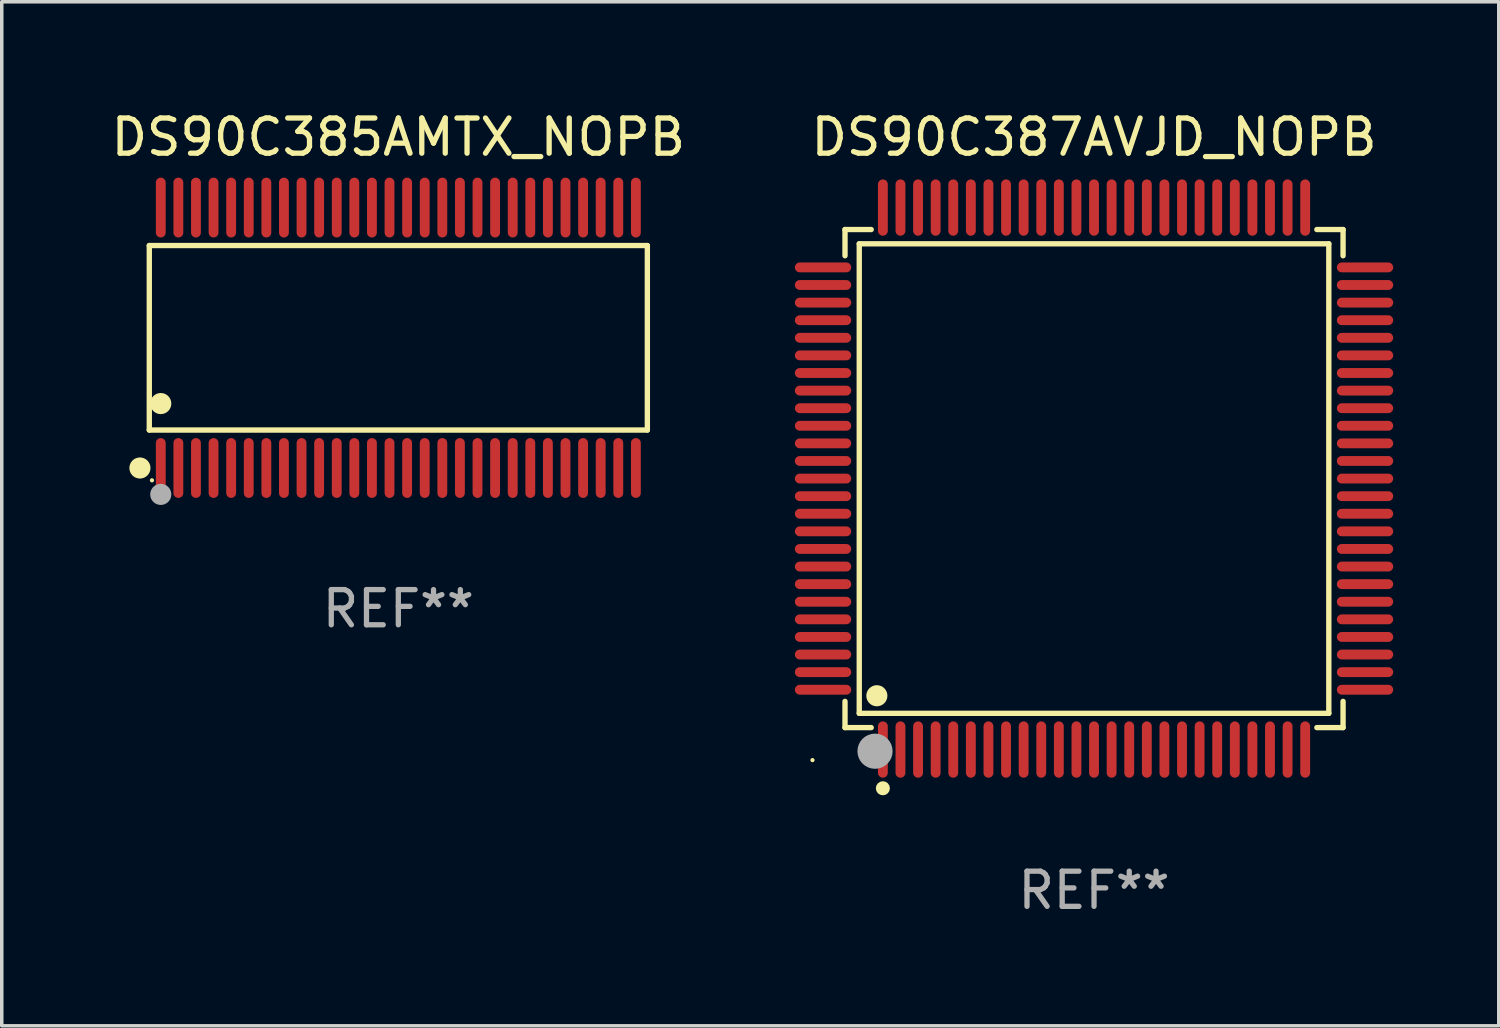
<source format=kicad_pcb>
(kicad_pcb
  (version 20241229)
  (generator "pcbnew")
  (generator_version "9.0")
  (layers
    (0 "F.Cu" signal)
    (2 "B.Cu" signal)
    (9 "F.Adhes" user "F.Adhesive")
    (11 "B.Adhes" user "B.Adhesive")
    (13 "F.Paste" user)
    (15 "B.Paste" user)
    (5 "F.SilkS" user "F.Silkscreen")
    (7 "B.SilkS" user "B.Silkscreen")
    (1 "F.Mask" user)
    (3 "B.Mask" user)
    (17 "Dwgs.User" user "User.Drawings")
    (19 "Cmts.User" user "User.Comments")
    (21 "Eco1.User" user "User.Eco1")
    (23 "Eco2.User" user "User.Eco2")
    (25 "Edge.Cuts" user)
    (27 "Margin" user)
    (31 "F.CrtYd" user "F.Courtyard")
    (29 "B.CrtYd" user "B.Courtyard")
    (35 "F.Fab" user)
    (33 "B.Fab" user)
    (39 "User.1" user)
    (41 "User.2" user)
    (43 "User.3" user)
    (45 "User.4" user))
  (footprint "DS90C385AMTX_NOPB"
    (layer "F.Cu")
    (at 8.268 6.548)
    (property "Reference" "DS90C385AMTX_NOPB" (at 0 -5.7 0) (layer "F.SilkS") (effects (font (size 1 1) (thickness 0.15))))
    (attr through_hole)
    (fp_line (start -7.076 -2.621) (end 7.076 -2.621) (stroke (width 0.152) (type solid)) (layer "F.SilkS"))
    (fp_line (start -7.076 2.621) (end -7.076 -2.621) (stroke (width 0.152) (type solid)) (layer "F.SilkS"))
    (fp_line (start 7.076 -2.621) (end 7.076 2.621) (stroke (width 0.152) (type solid)) (layer "F.SilkS"))
    (fp_line (start 7.076 2.621) (end -7.076 2.621) (stroke (width 0.152) (type solid)) (layer "F.SilkS"))
    (fp_circle (center -7.342 3.7) (end -7.192 3.7) (stroke (width 0.3) (type solid)) (fill no) (layer "F.SilkS"))
    (fp_circle (center -7 4.05) (end -6.97 4.05) (stroke (width 0.06) (type solid)) (fill no) (layer "F.SilkS"))
    (fp_circle (center -6.75 1.869) (end -6.6 1.869) (stroke (width 0.3) (type solid)) (fill no) (layer "F.SilkS"))
    (fp_circle (center -6.75 4.45) (end -6.6 4.45) (stroke (width 0.3) (type solid)) (fill no) (layer "F.Fab"))
    (fp_text user "REF**" (at 0 7.7 0) (layer "F.Fab") (effects (font (size 1 1) (thickness 0.15))))
    (pad "1" smd oval (at -6.75 3.7) (size 0.28 1.7) (layers "F.Cu" "F.Mask" "F.Paste"))
    (pad "2" smd oval (at -6.25 3.7) (size 0.28 1.7) (layers "F.Cu" "F.Mask" "F.Paste"))
    (pad "3" smd oval (at -5.75 3.7) (size 0.28 1.7) (layers "F.Cu" "F.Mask" "F.Paste"))
    (pad "4" smd oval (at -5.25 3.7) (size 0.28 1.7) (layers "F.Cu" "F.Mask" "F.Paste"))
    (pad "5" smd oval (at -4.75 3.7) (size 0.28 1.7) (layers "F.Cu" "F.Mask" "F.Paste"))
    (pad "6" smd oval (at -4.25 3.7) (size 0.28 1.7) (layers "F.Cu" "F.Mask" "F.Paste"))
    (pad "7" smd oval (at -3.75 3.7) (size 0.28 1.7) (layers "F.Cu" "F.Mask" "F.Paste"))
    (pad "8" smd oval (at -3.25 3.7) (size 0.28 1.7) (layers "F.Cu" "F.Mask" "F.Paste"))
    (pad "9" smd oval (at -2.75 3.7) (size 0.28 1.7) (layers "F.Cu" "F.Mask" "F.Paste"))
    (pad "10" smd oval (at -2.25 3.7) (size 0.28 1.7) (layers "F.Cu" "F.Mask" "F.Paste"))
    (pad "11" smd oval (at -1.75 3.7) (size 0.28 1.7) (layers "F.Cu" "F.Mask" "F.Paste"))
    (pad "12" smd oval (at -1.25 3.7) (size 0.28 1.7) (layers "F.Cu" "F.Mask" "F.Paste"))
    (pad "13" smd oval (at -0.75 3.7) (size 0.28 1.7) (layers "F.Cu" "F.Mask" "F.Paste"))
    (pad "14" smd oval (at -0.25 3.7) (size 0.28 1.7) (layers "F.Cu" "F.Mask" "F.Paste"))
    (pad "15" smd oval (at 0.25 3.7) (size 0.28 1.7) (layers "F.Cu" "F.Mask" "F.Paste"))
    (pad "16" smd oval (at 0.75 3.7) (size 0.28 1.7) (layers "F.Cu" "F.Mask" "F.Paste"))
    (pad "17" smd oval (at 1.25 3.7) (size 0.28 1.7) (layers "F.Cu" "F.Mask" "F.Paste"))
    (pad "18" smd oval (at 1.75 3.7) (size 0.28 1.7) (layers "F.Cu" "F.Mask" "F.Paste"))
    (pad "19" smd oval (at 2.25 3.7) (size 0.28 1.7) (layers "F.Cu" "F.Mask" "F.Paste"))
    (pad "20" smd oval (at 2.75 3.7) (size 0.28 1.7) (layers "F.Cu" "F.Mask" "F.Paste"))
    (pad "21" smd oval (at 3.25 3.7) (size 0.28 1.7) (layers "F.Cu" "F.Mask" "F.Paste"))
    (pad "22" smd oval (at 3.75 3.7) (size 0.28 1.7) (layers "F.Cu" "F.Mask" "F.Paste"))
    (pad "23" smd oval (at 4.25 3.7) (size 0.28 1.7) (layers "F.Cu" "F.Mask" "F.Paste"))
    (pad "24" smd oval (at 4.75 3.7) (size 0.28 1.7) (layers "F.Cu" "F.Mask" "F.Paste"))
    (pad "25" smd oval (at 5.25 3.7) (size 0.28 1.7) (layers "F.Cu" "F.Mask" "F.Paste"))
    (pad "26" smd oval (at 5.75 3.7) (size 0.28 1.7) (layers "F.Cu" "F.Mask" "F.Paste"))
    (pad "27" smd oval (at 6.25 3.7) (size 0.28 1.7) (layers "F.Cu" "F.Mask" "F.Paste"))
    (pad "28" smd oval (at 6.75 3.7) (size 0.28 1.7) (layers "F.Cu" "F.Mask" "F.Paste"))
    (pad "29" smd oval (at 6.75 -3.7) (size 0.28 1.7) (layers "F.Cu" "F.Mask" "F.Paste"))
    (pad "30" smd oval (at 6.25 -3.7) (size 0.28 1.7) (layers "F.Cu" "F.Mask" "F.Paste"))
    (pad "31" smd oval (at 5.75 -3.7) (size 0.28 1.7) (layers "F.Cu" "F.Mask" "F.Paste"))
    (pad "32" smd oval (at 5.25 -3.7) (size 0.28 1.7) (layers "F.Cu" "F.Mask" "F.Paste"))
    (pad "33" smd oval (at 4.75 -3.7) (size 0.28 1.7) (layers "F.Cu" "F.Mask" "F.Paste"))
    (pad "34" smd oval (at 4.25 -3.7) (size 0.28 1.7) (layers "F.Cu" "F.Mask" "F.Paste"))
    (pad "35" smd oval (at 3.75 -3.7) (size 0.28 1.7) (layers "F.Cu" "F.Mask" "F.Paste"))
    (pad "36" smd oval (at 3.25 -3.7) (size 0.28 1.7) (layers "F.Cu" "F.Mask" "F.Paste"))
    (pad "37" smd oval (at 2.75 -3.7) (size 0.28 1.7) (layers "F.Cu" "F.Mask" "F.Paste"))
    (pad "38" smd oval (at 2.25 -3.7) (size 0.28 1.7) (layers "F.Cu" "F.Mask" "F.Paste"))
    (pad "39" smd oval (at 1.75 -3.7) (size 0.28 1.7) (layers "F.Cu" "F.Mask" "F.Paste"))
    (pad "40" smd oval (at 1.25 -3.7) (size 0.28 1.7) (layers "F.Cu" "F.Mask" "F.Paste"))
    (pad "41" smd oval (at 0.75 -3.7) (size 0.28 1.7) (layers "F.Cu" "F.Mask" "F.Paste"))
    (pad "42" smd oval (at 0.25 -3.7) (size 0.28 1.7) (layers "F.Cu" "F.Mask" "F.Paste"))
    (pad "43" smd oval (at -0.25 -3.7) (size 0.28 1.7) (layers "F.Cu" "F.Mask" "F.Paste"))
    (pad "44" smd oval (at -0.75 -3.7) (size 0.28 1.7) (layers "F.Cu" "F.Mask" "F.Paste"))
    (pad "45" smd oval (at -1.25 -3.7) (size 0.28 1.7) (layers "F.Cu" "F.Mask" "F.Paste"))
    (pad "46" smd oval (at -1.75 -3.7) (size 0.28 1.7) (layers "F.Cu" "F.Mask" "F.Paste"))
    (pad "47" smd oval (at -2.25 -3.7) (size 0.28 1.7) (layers "F.Cu" "F.Mask" "F.Paste"))
    (pad "48" smd oval (at -2.75 -3.7) (size 0.28 1.7) (layers "F.Cu" "F.Mask" "F.Paste"))
    (pad "49" smd oval (at -3.25 -3.7) (size 0.28 1.7) (layers "F.Cu" "F.Mask" "F.Paste"))
    (pad "50" smd oval (at -3.75 -3.7) (size 0.28 1.7) (layers "F.Cu" "F.Mask" "F.Paste"))
    (pad "51" smd oval (at -4.25 -3.7) (size 0.28 1.7) (layers "F.Cu" "F.Mask" "F.Paste"))
    (pad "52" smd oval (at -4.75 -3.7) (size 0.28 1.7) (layers "F.Cu" "F.Mask" "F.Paste"))
    (pad "53" smd oval (at -5.25 -3.7) (size 0.28 1.7) (layers "F.Cu" "F.Mask" "F.Paste"))
    (pad "54" smd oval (at -5.75 -3.7) (size 0.28 1.7) (layers "F.Cu" "F.Mask" "F.Paste"))
    (pad "55" smd oval (at -6.25 -3.7) (size 0.28 1.7) (layers "F.Cu" "F.Mask" "F.Paste"))
    (pad "56" smd oval (at -6.75 -3.7) (size 0.28 1.7) (layers "F.Cu" "F.Mask" "F.Paste")))
  (footprint "DS90C387AVJD_NOPB"
    (layer "F.Cu")
    (at 28.036 10.548)
    (property "Reference" "DS90C387AVJD_NOPB" (at 0 -9.7 0) (layer "F.SilkS") (effects (font (size 1 1) (thickness 0.15))))
    (attr through_hole)
    (fp_line (start -7.076 -7.076) (end -6.331 -7.076) (stroke (width 0.152) (type solid)) (layer "F.SilkS"))
    (fp_line (start -7.076 -6.331) (end -7.076 -7.076) (stroke (width 0.152) (type solid)) (layer "F.SilkS"))
    (fp_line (start -7.076 6.331) (end -7.076 7.076) (stroke (width 0.152) (type solid)) (layer "F.SilkS"))
    (fp_line (start -7.076 7.076) (end -6.331 7.076) (stroke (width 0.152) (type solid)) (layer "F.SilkS"))
    (fp_line (start -6.671 -6.671) (end 6.671 -6.671) (stroke (width 0.152) (type solid)) (layer "F.SilkS"))
    (fp_line (start -6.671 6.671) (end -6.671 -6.671) (stroke (width 0.152) (type solid)) (layer "F.SilkS"))
    (fp_line (start 6.671 -6.671) (end 6.671 6.671) (stroke (width 0.152) (type solid)) (layer "F.SilkS"))
    (fp_line (start 6.671 6.671) (end -6.671 6.671) (stroke (width 0.152) (type solid)) (layer "F.SilkS"))
    (fp_line (start 7.076 -7.076) (end 6.331 -7.076) (stroke (width 0.152) (type solid)) (layer "F.SilkS"))
    (fp_line (start 7.076 -6.331) (end 7.076 -7.076) (stroke (width 0.152) (type solid)) (layer "F.SilkS"))
    (fp_line (start 7.076 6.331) (end 7.076 7.076) (stroke (width 0.152) (type solid)) (layer "F.SilkS"))
    (fp_line (start 7.076 7.076) (end 6.331 7.076) (stroke (width 0.152) (type solid)) (layer "F.SilkS"))
    (fp_circle (center -8 8) (end -7.97 8) (stroke (width 0.06) (type solid)) (fill no) (layer "F.SilkS"))
    (fp_circle (center -6.171 6.171) (end -6.021 6.171) (stroke (width 0.3) (type solid)) (fill no) (layer "F.SilkS"))
    (fp_circle (center -6 8.8) (end -5.9 8.8) (stroke (width 0.2) (type solid)) (fill no) (layer "F.SilkS"))
    (fp_circle (center -6.223 7.747) (end -5.973 7.747) (stroke (width 0.5) (type solid)) (fill no) (layer "F.Fab"))
    (fp_text user "REF**" (at 0 11.7 0) (layer "F.Fab") (effects (font (size 1 1) (thickness 0.15))))
    (pad "1" smd oval (at -6 7.7) (size 0.28 1.6) (layers "F.Cu" "F.Mask" "F.Paste"))
    (pad "2" smd oval (at -5.5 7.7) (size 0.28 1.6) (layers "F.Cu" "F.Mask" "F.Paste"))
    (pad "3" smd oval (at -5 7.7) (size 0.28 1.6) (layers "F.Cu" "F.Mask" "F.Paste"))
    (pad "4" smd oval (at -4.5 7.7) (size 0.28 1.6) (layers "F.Cu" "F.Mask" "F.Paste"))
    (pad "5" smd oval (at -4 7.7) (size 0.28 1.6) (layers "F.Cu" "F.Mask" "F.Paste"))
    (pad "6" smd oval (at -3.5 7.7) (size 0.28 1.6) (layers "F.Cu" "F.Mask" "F.Paste"))
    (pad "7" smd oval (at -3 7.7) (size 0.28 1.6) (layers "F.Cu" "F.Mask" "F.Paste"))
    (pad "8" smd oval (at -2.5 7.7) (size 0.28 1.6) (layers "F.Cu" "F.Mask" "F.Paste"))
    (pad "9" smd oval (at -2 7.7) (size 0.28 1.6) (layers "F.Cu" "F.Mask" "F.Paste"))
    (pad "10" smd oval (at -1.5 7.7) (size 0.28 1.6) (layers "F.Cu" "F.Mask" "F.Paste"))
    (pad "11" smd oval (at -1 7.7) (size 0.28 1.6) (layers "F.Cu" "F.Mask" "F.Paste"))
    (pad "12" smd oval (at -0.5 7.7) (size 0.28 1.6) (layers "F.Cu" "F.Mask" "F.Paste"))
    (pad "13" smd oval (at 0 7.7) (size 0.28 1.6) (layers "F.Cu" "F.Mask" "F.Paste"))
    (pad "14" smd oval (at 0.5 7.7) (size 0.28 1.6) (layers "F.Cu" "F.Mask" "F.Paste"))
    (pad "15" smd oval (at 1 7.7) (size 0.28 1.6) (layers "F.Cu" "F.Mask" "F.Paste"))
    (pad "16" smd oval (at 1.5 7.7) (size 0.28 1.6) (layers "F.Cu" "F.Mask" "F.Paste"))
    (pad "17" smd oval (at 2 7.7) (size 0.28 1.6) (layers "F.Cu" "F.Mask" "F.Paste"))
    (pad "18" smd oval (at 2.5 7.7) (size 0.28 1.6) (layers "F.Cu" "F.Mask" "F.Paste"))
    (pad "19" smd oval (at 3 7.7) (size 0.28 1.6) (layers "F.Cu" "F.Mask" "F.Paste"))
    (pad "20" smd oval (at 3.5 7.7) (size 0.28 1.6) (layers "F.Cu" "F.Mask" "F.Paste"))
    (pad "21" smd oval (at 4 7.7) (size 0.28 1.6) (layers "F.Cu" "F.Mask" "F.Paste"))
    (pad "22" smd oval (at 4.5 7.7) (size 0.28 1.6) (layers "F.Cu" "F.Mask" "F.Paste"))
    (pad "23" smd oval (at 5 7.7) (size 0.28 1.6) (layers "F.Cu" "F.Mask" "F.Paste"))
    (pad "24" smd oval (at 5.5 7.7) (size 0.28 1.6) (layers "F.Cu" "F.Mask" "F.Paste"))
    (pad "25" smd oval (at 6 7.7) (size 0.28 1.6) (layers "F.Cu" "F.Mask" "F.Paste"))
    (pad "26" smd oval (at 7.7 6) (size 1.6 0.28) (layers "F.Cu" "F.Mask" "F.Paste"))
    (pad "27" smd oval (at 7.7 5.5) (size 1.6 0.28) (layers "F.Cu" "F.Mask" "F.Paste"))
    (pad "28" smd oval (at 7.7 5) (size 1.6 0.28) (layers "F.Cu" "F.Mask" "F.Paste"))
    (pad "29" smd oval (at 7.7 4.5) (size 1.6 0.28) (layers "F.Cu" "F.Mask" "F.Paste"))
    (pad "30" smd oval (at 7.7 4) (size 1.6 0.28) (layers "F.Cu" "F.Mask" "F.Paste"))
    (pad "31" smd oval (at 7.7 3.5) (size 1.6 0.28) (layers "F.Cu" "F.Mask" "F.Paste"))
    (pad "32" smd oval (at 7.7 3) (size 1.6 0.28) (layers "F.Cu" "F.Mask" "F.Paste"))
    (pad "33" smd oval (at 7.7 2.5) (size 1.6 0.28) (layers "F.Cu" "F.Mask" "F.Paste"))
    (pad "34" smd oval (at 7.7 2) (size 1.6 0.28) (layers "F.Cu" "F.Mask" "F.Paste"))
    (pad "35" smd oval (at 7.7 1.5) (size 1.6 0.28) (layers "F.Cu" "F.Mask" "F.Paste"))
    (pad "36" smd oval (at 7.7 1) (size 1.6 0.28) (layers "F.Cu" "F.Mask" "F.Paste"))
    (pad "37" smd oval (at 7.7 0.5) (size 1.6 0.28) (layers "F.Cu" "F.Mask" "F.Paste"))
    (pad "38" smd oval (at 7.7 0) (size 1.6 0.28) (layers "F.Cu" "F.Mask" "F.Paste"))
    (pad "39" smd oval (at 7.7 -0.5) (size 1.6 0.28) (layers "F.Cu" "F.Mask" "F.Paste"))
    (pad "40" smd oval (at 7.7 -1) (size 1.6 0.28) (layers "F.Cu" "F.Mask" "F.Paste"))
    (pad "41" smd oval (at 7.7 -1.5) (size 1.6 0.28) (layers "F.Cu" "F.Mask" "F.Paste"))
    (pad "42" smd oval (at 7.7 -2) (size 1.6 0.28) (layers "F.Cu" "F.Mask" "F.Paste"))
    (pad "43" smd oval (at 7.7 -2.5) (size 1.6 0.28) (layers "F.Cu" "F.Mask" "F.Paste"))
    (pad "44" smd oval (at 7.7 -3) (size 1.6 0.28) (layers "F.Cu" "F.Mask" "F.Paste"))
    (pad "45" smd oval (at 7.7 -3.5) (size 1.6 0.28) (layers "F.Cu" "F.Mask" "F.Paste"))
    (pad "46" smd oval (at 7.7 -4) (size 1.6 0.28) (layers "F.Cu" "F.Mask" "F.Paste"))
    (pad "47" smd oval (at 7.7 -4.5) (size 1.6 0.28) (layers "F.Cu" "F.Mask" "F.Paste"))
    (pad "48" smd oval (at 7.7 -5) (size 1.6 0.28) (layers "F.Cu" "F.Mask" "F.Paste"))
    (pad "49" smd oval (at 7.7 -5.5) (size 1.6 0.28) (layers "F.Cu" "F.Mask" "F.Paste"))
    (pad "50" smd oval (at 7.7 -6) (size 1.6 0.28) (layers "F.Cu" "F.Mask" "F.Paste"))
    (pad "51" smd oval (at 6 -7.7) (size 0.28 1.6) (layers "F.Cu" "F.Mask" "F.Paste"))
    (pad "52" smd oval (at 5.5 -7.7) (size 0.28 1.6) (layers "F.Cu" "F.Mask" "F.Paste"))
    (pad "53" smd oval (at 5 -7.7) (size 0.28 1.6) (layers "F.Cu" "F.Mask" "F.Paste"))
    (pad "54" smd oval (at 4.5 -7.7) (size 0.28 1.6) (layers "F.Cu" "F.Mask" "F.Paste"))
    (pad "55" smd oval (at 4 -7.7) (size 0.28 1.6) (layers "F.Cu" "F.Mask" "F.Paste"))
    (pad "56" smd oval (at 3.5 -7.7) (size 0.28 1.6) (layers "F.Cu" "F.Mask" "F.Paste"))
    (pad "57" smd oval (at 3 -7.7) (size 0.28 1.6) (layers "F.Cu" "F.Mask" "F.Paste"))
    (pad "58" smd oval (at 2.5 -7.7) (size 0.28 1.6) (layers "F.Cu" "F.Mask" "F.Paste"))
    (pad "59" smd oval (at 2 -7.7) (size 0.28 1.6) (layers "F.Cu" "F.Mask" "F.Paste"))
    (pad "60" smd oval (at 1.5 -7.7) (size 0.28 1.6) (layers "F.Cu" "F.Mask" "F.Paste"))
    (pad "61" smd oval (at 1 -7.7) (size 0.28 1.6) (layers "F.Cu" "F.Mask" "F.Paste"))
    (pad "62" smd oval (at 0.5 -7.7) (size 0.28 1.6) (layers "F.Cu" "F.Mask" "F.Paste"))
    (pad "63" smd oval (at 0 -7.7) (size 0.28 1.6) (layers "F.Cu" "F.Mask" "F.Paste"))
    (pad "64" smd oval (at -0.5 -7.7) (size 0.28 1.6) (layers "F.Cu" "F.Mask" "F.Paste"))
    (pad "65" smd oval (at -1 -7.7) (size 0.28 1.6) (layers "F.Cu" "F.Mask" "F.Paste"))
    (pad "66" smd oval (at -1.5 -7.7) (size 0.28 1.6) (layers "F.Cu" "F.Mask" "F.Paste"))
    (pad "67" smd oval (at -2 -7.7) (size 0.28 1.6) (layers "F.Cu" "F.Mask" "F.Paste"))
    (pad "68" smd oval (at -2.5 -7.7) (size 0.28 1.6) (layers "F.Cu" "F.Mask" "F.Paste"))
    (pad "69" smd oval (at -3 -7.7) (size 0.28 1.6) (layers "F.Cu" "F.Mask" "F.Paste"))
    (pad "70" smd oval (at -3.5 -7.7) (size 0.28 1.6) (layers "F.Cu" "F.Mask" "F.Paste"))
    (pad "71" smd oval (at -4 -7.7) (size 0.28 1.6) (layers "F.Cu" "F.Mask" "F.Paste"))
    (pad "72" smd oval (at -4.5 -7.7) (size 0.28 1.6) (layers "F.Cu" "F.Mask" "F.Paste"))
    (pad "73" smd oval (at -5 -7.7) (size 0.28 1.6) (layers "F.Cu" "F.Mask" "F.Paste"))
    (pad "74" smd oval (at -5.5 -7.7) (size 0.28 1.6) (layers "F.Cu" "F.Mask" "F.Paste"))
    (pad "75" smd oval (at -6 -7.7) (size 0.28 1.6) (layers "F.Cu" "F.Mask" "F.Paste"))
    (pad "76" smd oval (at -7.7 -6) (size 1.6 0.28) (layers "F.Cu" "F.Mask" "F.Paste"))
    (pad "77" smd oval (at -7.7 -5.5) (size 1.6 0.28) (layers "F.Cu" "F.Mask" "F.Paste"))
    (pad "78" smd oval (at -7.7 -5) (size 1.6 0.28) (layers "F.Cu" "F.Mask" "F.Paste"))
    (pad "79" smd oval (at -7.7 -4.5) (size 1.6 0.28) (layers "F.Cu" "F.Mask" "F.Paste"))
    (pad "80" smd oval (at -7.7 -4) (size 1.6 0.28) (layers "F.Cu" "F.Mask" "F.Paste"))
    (pad "81" smd oval (at -7.7 -3.5) (size 1.6 0.28) (layers "F.Cu" "F.Mask" "F.Paste"))
    (pad "82" smd oval (at -7.7 -3) (size 1.6 0.28) (layers "F.Cu" "F.Mask" "F.Paste"))
    (pad "83" smd oval (at -7.7 -2.5) (size 1.6 0.28) (layers "F.Cu" "F.Mask" "F.Paste"))
    (pad "84" smd oval (at -7.7 -2) (size 1.6 0.28) (layers "F.Cu" "F.Mask" "F.Paste"))
    (pad "85" smd oval (at -7.7 -1.5) (size 1.6 0.28) (layers "F.Cu" "F.Mask" "F.Paste"))
    (pad "86" smd oval (at -7.7 -1) (size 1.6 0.28) (layers "F.Cu" "F.Mask" "F.Paste"))
    (pad "87" smd oval (at -7.7 -0.5) (size 1.6 0.28) (layers "F.Cu" "F.Mask" "F.Paste"))
    (pad "88" smd oval (at -7.7 0) (size 1.6 0.28) (layers "F.Cu" "F.Mask" "F.Paste"))
    (pad "89" smd oval (at -7.7 0.5) (size 1.6 0.28) (layers "F.Cu" "F.Mask" "F.Paste"))
    (pad "90" smd oval (at -7.7 1) (size 1.6 0.28) (layers "F.Cu" "F.Mask" "F.Paste"))
    (pad "91" smd oval (at -7.7 1.5) (size 1.6 0.28) (layers "F.Cu" "F.Mask" "F.Paste"))
    (pad "92" smd oval (at -7.7 2) (size 1.6 0.28) (layers "F.Cu" "F.Mask" "F.Paste"))
    (pad "93" smd oval (at -7.7 2.5) (size 1.6 0.28) (layers "F.Cu" "F.Mask" "F.Paste"))
    (pad "94" smd oval (at -7.7 3) (size 1.6 0.28) (layers "F.Cu" "F.Mask" "F.Paste"))
    (pad "95" smd oval (at -7.7 3.5) (size 1.6 0.28) (layers "F.Cu" "F.Mask" "F.Paste"))
    (pad "96" smd oval (at -7.7 4) (size 1.6 0.28) (layers "F.Cu" "F.Mask" "F.Paste"))
    (pad "97" smd oval (at -7.7 4.5) (size 1.6 0.28) (layers "F.Cu" "F.Mask" "F.Paste"))
    (pad "98" smd oval (at -7.7 5) (size 1.6 0.28) (layers "F.Cu" "F.Mask" "F.Paste"))
    (pad "99" smd oval (at -7.7 5.5) (size 1.6 0.28) (layers "F.Cu" "F.Mask" "F.Paste"))
    (pad "100" smd oval (at -7.7 6) (size 1.6 0.28) (layers "F.Cu" "F.Mask" "F.Paste")))
  (gr_rect
    (start -3 -3)
    (end 39.536 26.097)
    (stroke (width 0.1) (type default))
    (fill no)
    (layer "Edge.Cuts")))
</source>
